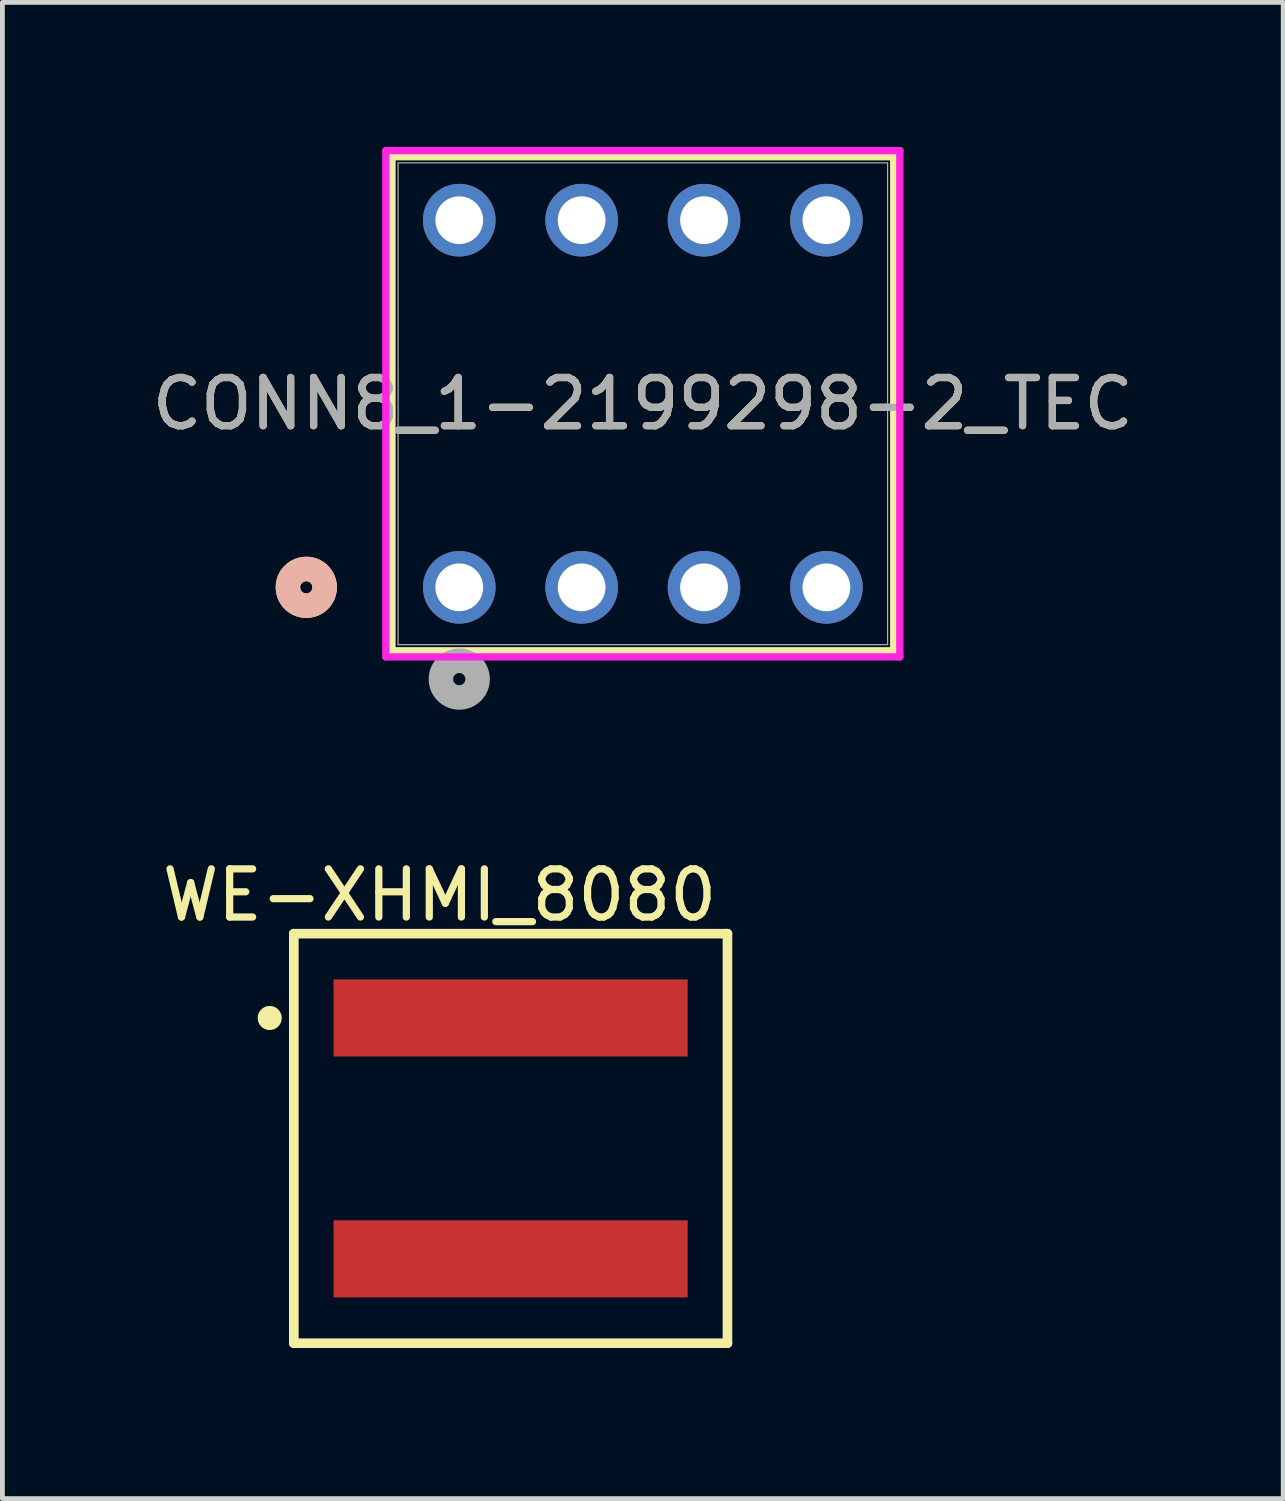
<source format=kicad_pcb>
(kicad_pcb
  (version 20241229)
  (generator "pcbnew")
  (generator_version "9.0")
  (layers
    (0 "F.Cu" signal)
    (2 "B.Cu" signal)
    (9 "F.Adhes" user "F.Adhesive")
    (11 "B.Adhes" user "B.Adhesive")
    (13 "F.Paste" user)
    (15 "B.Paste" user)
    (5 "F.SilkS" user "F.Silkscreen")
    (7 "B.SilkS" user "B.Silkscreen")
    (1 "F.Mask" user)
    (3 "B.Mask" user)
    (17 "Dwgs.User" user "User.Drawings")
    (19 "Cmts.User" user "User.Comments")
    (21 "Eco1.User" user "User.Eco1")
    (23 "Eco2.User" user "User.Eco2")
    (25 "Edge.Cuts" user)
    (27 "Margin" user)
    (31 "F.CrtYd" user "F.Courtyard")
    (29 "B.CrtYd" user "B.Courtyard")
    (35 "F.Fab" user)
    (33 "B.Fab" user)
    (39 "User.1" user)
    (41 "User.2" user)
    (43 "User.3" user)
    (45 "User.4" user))
  (footprint "CONN8_1-2199298-2_TEC"
    (layer "F.Cu")
    (at 6.482 9.14)
    (property "Reference" "CONN8_1-2199298-2_TEC" (at 3.81 -3.81 0) (unlocked yes) (layer "F.SilkS") (effects (font (size 1 1) (thickness 0.15))))
    (attr through_hole)
    (fp_line (start -1.397 -8.937) (end -1.397 1.317) (stroke (width 0.152) (type solid)) (layer "F.SilkS"))
    (fp_line (start -1.397 1.317) (end 9.017 1.317) (stroke (width 0.152) (type solid)) (layer "F.SilkS"))
    (fp_line (start 9.017 -8.937) (end -1.397 -8.937) (stroke (width 0.152) (type solid)) (layer "F.SilkS"))
    (fp_line (start 9.017 1.317) (end 9.017 -8.937) (stroke (width 0.152) (type solid)) (layer "F.SilkS"))
    (fp_circle (center -3.175 0) (end -2.794 0) (stroke (width 0.508) (type solid)) (fill no) (layer "F.SilkS"))
    (fp_circle (center -3.175 0) (end -2.794 0) (stroke (width 0.508) (type solid)) (fill no) (layer "B.SilkS"))
    (fp_line (start -1.524 -9.064) (end -1.524 1.444) (stroke (width 0.152) (type solid)) (layer "F.CrtYd"))
    (fp_line (start -1.524 1.444) (end 9.144 1.444) (stroke (width 0.152) (type solid)) (layer "F.CrtYd"))
    (fp_line (start 9.144 -9.064) (end -1.524 -9.064) (stroke (width 0.152) (type solid)) (layer "F.CrtYd"))
    (fp_line (start 9.144 1.444) (end 9.144 -9.064) (stroke (width 0.152) (type solid)) (layer "F.CrtYd"))
    (fp_line (start -1.27 -8.81) (end -1.27 1.19) (stroke (width 0.025) (type solid)) (layer "F.Fab"))
    (fp_line (start -1.27 1.19) (end 8.89 1.19) (stroke (width 0.025) (type solid)) (layer "F.Fab"))
    (fp_line (start 8.89 -8.81) (end -1.27 -8.81) (stroke (width 0.025) (type solid)) (layer "F.Fab"))
    (fp_line (start 8.89 1.19) (end 8.89 -8.81) (stroke (width 0.025) (type solid)) (layer "F.Fab"))
    (fp_circle (center 0 1.905) (end 0.381 1.905) (stroke (width 0.508) (type solid)) (fill no) (layer "F.Fab"))
    (fp_text user "${REFERENCE}" (at 3.81 -3.81 0) (unlocked yes) (layer "F.Fab") (effects (font (size 1 1) (thickness 0.15))))
    (pad "1" thru_hole circle (at 0 0) (size 1.508 1.508) (drill 0.991) (layers "*.Cu" "*.Mask"))
    (pad "2" thru_hole circle (at 2.54 0) (size 1.508 1.508) (drill 0.991) (layers "*.Cu" "*.Mask"))
    (pad "3" thru_hole circle (at 5.08 0) (size 1.508 1.508) (drill 0.991) (layers "*.Cu" "*.Mask"))
    (pad "4" thru_hole circle (at 7.62 0) (size 1.508 1.508) (drill 0.991) (layers "*.Cu" "*.Mask"))
    (pad "5" thru_hole circle (at 0 -7.62) (size 1.508 1.508) (drill 0.991) (layers "*.Cu" "*.Mask"))
    (pad "6" thru_hole circle (at 2.54 -7.62) (size 1.508 1.508) (drill 0.991) (layers "*.Cu" "*.Mask"))
    (pad "7" thru_hole circle (at 5.08 -7.62) (size 1.508 1.508) (drill 0.991) (layers "*.Cu" "*.Mask"))
    (pad "8" thru_hole circle (at 7.62 -7.62) (size 1.508 1.508) (drill 0.991) (layers "*.Cu" "*.Mask")))
  (footprint "WE-XHMI_8080"
    (layer "F.Cu")
    (at 7.548 20.578)
    (property "Reference" "WE-XHMI_8080" (at -1.474 -5.05 0) (layer "F.SilkS") (effects (font (size 1 1) (thickness 0.15))))
    (fp_line (start -4.5 -4.25) (end 4.5 -4.25) (stroke (width 0.2) (type solid)) (layer "F.SilkS"))
    (fp_line (start -4.5 4.25) (end -4.5 -4.25) (stroke (width 0.2) (type solid)) (layer "F.SilkS"))
    (fp_line (start -4.5 4.25) (end 4.5 4.25) (stroke (width 0.2) (type solid)) (layer "F.SilkS"))
    (fp_line (start 4.5 4.25) (end 4.5 -4.25) (stroke (width 0.2) (type solid)) (layer "F.SilkS"))
    (fp_circle (center -5 -2.5) (end -5 -2.625) (stroke (width 0.25) (type solid)) (fill no) (layer "F.SilkS"))
    (fp_line (start -4.7 -4.45) (end 4.7 -4.45) (stroke (width 0.05) (type solid)) (layer "Eco2.User"))
    (fp_line (start -4.7 4.45) (end -4.7 -4.45) (stroke (width 0.05) (type solid)) (layer "Eco2.User"))
    (fp_line (start -4.7 4.45) (end 4.7 4.45) (stroke (width 0.05) (type solid)) (layer "Eco2.User"))
    (fp_line (start -4.4 -4.15) (end 4.4 -4.15) (stroke (width 0.1) (type solid)) (layer "Eco2.User"))
    (fp_line (start -4.4 4.15) (end -4.4 -4.15) (stroke (width 0.1) (type solid)) (layer "Eco2.User"))
    (fp_line (start -4.4 4.15) (end 4.4 4.15) (stroke (width 0.1) (type solid)) (layer "Eco2.User"))
    (fp_line (start -0.5 0) (end 0.5 0) (stroke (width 0.05) (type solid)) (layer "Eco2.User"))
    (fp_line (start 0 0.5) (end 0 -0.5) (stroke (width 0.05) (type solid)) (layer "Eco2.User"))
    (fp_line (start 4.4 4.15) (end 4.4 -4.15) (stroke (width 0.1) (type solid)) (layer "Eco2.User"))
    (fp_line (start 4.7 4.45) (end 4.7 -4.45) (stroke (width 0.05) (type solid)) (layer "Eco2.User"))
    (fp_circle (center -3.6 -3.3) (end -3.6 -3.6) (stroke (width 0.1) (type solid)) (fill no) (layer "Eco2.User"))
    (fp_text_box "" (start -7.498 0.5) (end -7.498 0.5) (margins 1.288 1.288 1.288 1.288) (layer "F.Cu") (effects (font (size 1.65 1.5) (thickness 0.15)) (justify left bottom)) (border yes) (stroke (width 0.1) (type default)))
    (pad "1" smd rect (at 0 -2.5) (size 7.35 1.6) (layers "F.Cu" "F.Mask" "F.Paste"))
    (pad "2" smd rect (at 0 2.5) (size 7.35 1.6) (layers "F.Cu" "F.Mask" "F.Paste"))
    (zone (net_name "") (layer "F.Cu") (hatch edge 0.5) (connect_pads) (min_thickness 0.25) (filled_areas_thickness no) (keepout (tracks not_allowed) (vias not_allowed) (pads not_allowed) (copperpour not_allowed) (footprints allowed)) (placement (enabled no)) (fill) (polygon (pts (xy 3.148 18.878) (xy 11.948 18.878) (xy 11.948 22.278) (xy 3.148 22.278)))))
  (gr_rect
    (start -3 -3)
    (end 23.583 28.053)
    (stroke (width 0.1) (type default))
    (fill no)
    (layer "Edge.Cuts")))
</source>
